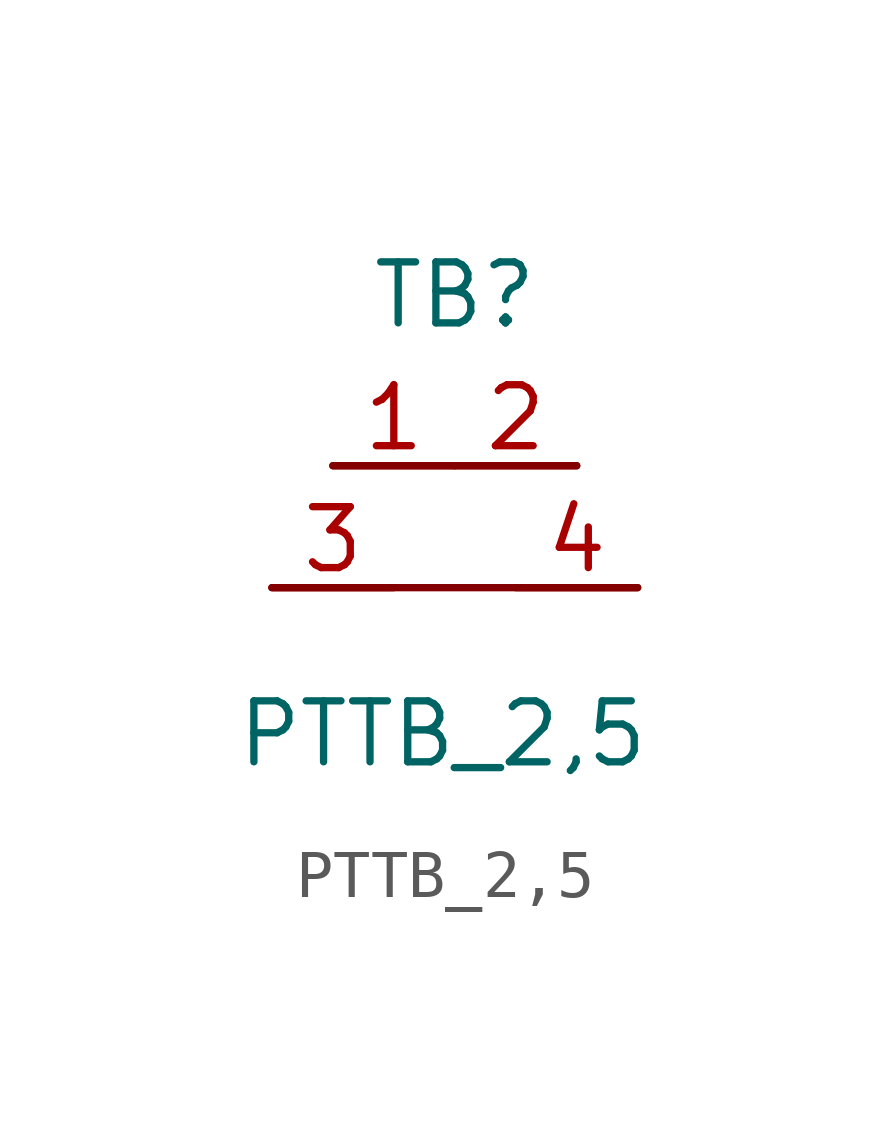
<source format=kicad_sym>
(kicad_symbol_lib
  (version 20241209)
  (generator "kicad_symbol_editor")
  (generator_version "9.0")
  (symbol "PTTB_2,5"
    (property "Reference" "TB"
      (at 0 4.826 0)
      (effects (font (size 1.27 1.27))))
    (property "Value" "PTTB_2,5"
      (at -0.254 -4.318 0)
      (effects (font (size 1.27 1.27))))
    (symbol "PTTB_2,5_0_1"
      (polyline (pts (xy -3.81 -1.27) (xy 3.81 -1.27)) (stroke (width 0) (type default)) (fill (type none)))
      (polyline (pts (xy -2.54 1.27) (xy 2.54 1.27)) (stroke (width 0) (type default)) (fill (type none))))
    (symbol "PTTB_2,5_1_1"
      (pin power_in line (at -3.81 -1.27 0) (length 2.54) (name "" (effects (font (size 1.27 1.27)))) (number "3" (effects (font (size 1.27 1.27)))))
      (pin power_in line (at -2.54 1.27 0) (length 2.54) (name "" (effects (font (size 1.27 1.27)))) (number "1" (effects (font (size 1.27 1.27)))))
      (pin power_out line (at 2.54 1.27 180) (length 2.54) (name "" (effects (font (size 1.27 1.27)))) (number "2" (effects (font (size 1.27 1.27)))))
      (pin power_out line (at 3.81 -1.27 180) (length 2.54) (name "" (effects (font (size 1.27 1.27)))) (number "4" (effects (font (size 1.27 1.27))))))))
</source>
